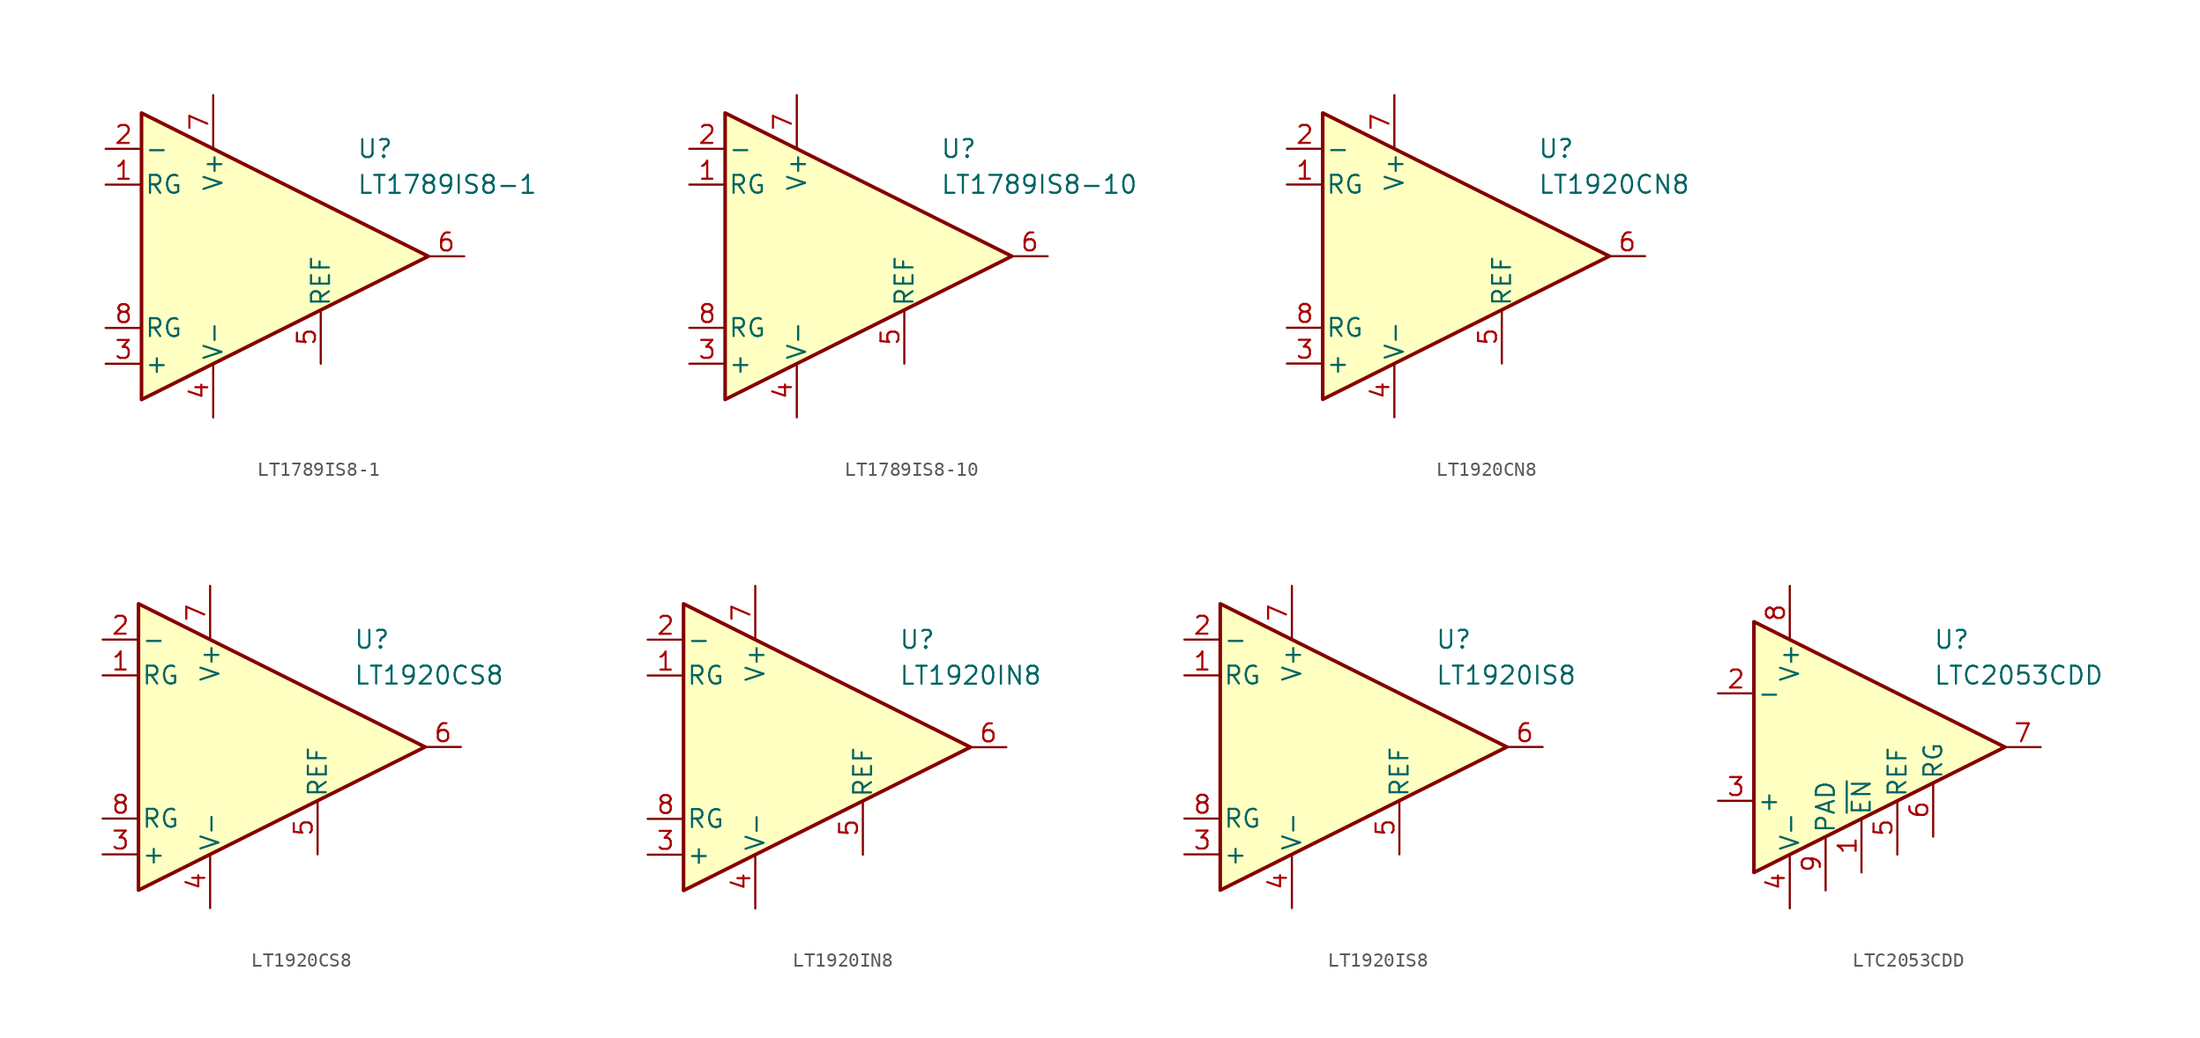
<source format=kicad_sym>
(kicad_symbol_lib
  (version 20231120)
  (generator "kicad_symbol_editor")
  (generator_version "8.0")
  (symbol "LT1789IS8-1"
    (pin_names
      (offset 0.2))
    (property "Reference" "U"
      (at 6.35 7.62 0)
      (effects (font (size 1.27 1.27)) (justify left)))
    (property "Value" "LT1789IS8-1"
      (at 6.35 5.08 0)
      (effects (font (size 1.27 1.27)) (justify left)))
    (symbol "LT1789IS8-1_0_1"
      (polyline (pts (xy -8.89 10.16) (xy -8.89 -10.16) (xy 11.43 0) (xy -8.89 10.16)) (stroke (width 0.254) (type default)) (fill (type background))))
    (symbol "LT1789IS8-1_1_1"
      (pin passive line (at -11.43 5.08 0) (length 2.54) (name "RG" (effects (font (size 1.27 1.27)))) (number "1" (effects (font (size 1.27 1.27)))))
      (pin input line (at -11.43 7.62 0) (length 2.54) (name "-" (effects (font (size 1.27 1.27)))) (number "2" (effects (font (size 1.27 1.27)))))
      (pin input line (at -11.43 -7.62 0) (length 2.54) (name "+" (effects (font (size 1.27 1.27)))) (number "3" (effects (font (size 1.27 1.27)))))
      (pin power_in line (at -3.81 -11.43 90) (length 3.81) (name "V-" (effects (font (size 1.27 1.27)))) (number "4" (effects (font (size 1.27 1.27)))))
      (pin input line (at 3.81 -7.62 90) (length 3.81) (name "REF" (effects (font (size 1.27 1.27)))) (number "5" (effects (font (size 1.27 1.27)))))
      (pin output line (at 13.97 0 180) (length 2.54) (name "~" (effects (font (size 1.27 1.27)))) (number "6" (effects (font (size 1.27 1.27)))))
      (pin power_in line (at -3.81 11.43 270) (length 3.81) (name "V+" (effects (font (size 1.27 1.27)))) (number "7" (effects (font (size 1.27 1.27)))))
      (pin passive line (at -11.43 -5.08 0) (length 2.54) (name "RG" (effects (font (size 1.27 1.27)))) (number "8" (effects (font (size 1.27 1.27)))))))
  (symbol "LT1789IS8-10"
    (pin_names
      (offset 0.2))
    (property "Reference" "U"
      (at 6.35 7.62 0)
      (effects (font (size 1.27 1.27)) (justify left)))
    (property "Value" "LT1789IS8-10"
      (at 6.35 5.08 0)
      (effects (font (size 1.27 1.27)) (justify left)))
    (symbol "LT1789IS8-10_0_1"
      (polyline (pts (xy -8.89 10.16) (xy -8.89 -10.16) (xy 11.43 0) (xy -8.89 10.16)) (stroke (width 0.254) (type default)) (fill (type background))))
    (symbol "LT1789IS8-10_1_1"
      (pin passive line (at -11.43 5.08 0) (length 2.54) (name "RG" (effects (font (size 1.27 1.27)))) (number "1" (effects (font (size 1.27 1.27)))))
      (pin input line (at -11.43 7.62 0) (length 2.54) (name "-" (effects (font (size 1.27 1.27)))) (number "2" (effects (font (size 1.27 1.27)))))
      (pin input line (at -11.43 -7.62 0) (length 2.54) (name "+" (effects (font (size 1.27 1.27)))) (number "3" (effects (font (size 1.27 1.27)))))
      (pin power_in line (at -3.81 -11.43 90) (length 3.81) (name "V-" (effects (font (size 1.27 1.27)))) (number "4" (effects (font (size 1.27 1.27)))))
      (pin input line (at 3.81 -7.62 90) (length 3.81) (name "REF" (effects (font (size 1.27 1.27)))) (number "5" (effects (font (size 1.27 1.27)))))
      (pin output line (at 13.97 0 180) (length 2.54) (name "~" (effects (font (size 1.27 1.27)))) (number "6" (effects (font (size 1.27 1.27)))))
      (pin power_in line (at -3.81 11.43 270) (length 3.81) (name "V+" (effects (font (size 1.27 1.27)))) (number "7" (effects (font (size 1.27 1.27)))))
      (pin passive line (at -11.43 -5.08 0) (length 2.54) (name "RG" (effects (font (size 1.27 1.27)))) (number "8" (effects (font (size 1.27 1.27)))))))
  (symbol "LT1920CN8"
    (pin_names
      (offset 0.2))
    (property "Reference" "U"
      (at 6.35 7.62 0)
      (effects (font (size 1.27 1.27)) (justify left)))
    (property "Value" "LT1920CN8"
      (at 6.35 5.08 0)
      (effects (font (size 1.27 1.27)) (justify left)))
    (symbol "LT1920CN8_0_1"
      (polyline (pts (xy -8.89 10.16) (xy -8.89 -10.16) (xy 11.43 0) (xy -8.89 10.16)) (stroke (width 0.254) (type default)) (fill (type background))))
    (symbol "LT1920CN8_1_1"
      (pin passive line (at -11.43 5.08 0) (length 2.54) (name "RG" (effects (font (size 1.27 1.27)))) (number "1" (effects (font (size 1.27 1.27)))))
      (pin input line (at -11.43 7.62 0) (length 2.54) (name "-" (effects (font (size 1.27 1.27)))) (number "2" (effects (font (size 1.27 1.27)))))
      (pin input line (at -11.43 -7.62 0) (length 2.54) (name "+" (effects (font (size 1.27 1.27)))) (number "3" (effects (font (size 1.27 1.27)))))
      (pin power_in line (at -3.81 -11.43 90) (length 3.81) (name "V-" (effects (font (size 1.27 1.27)))) (number "4" (effects (font (size 1.27 1.27)))))
      (pin input line (at 3.81 -7.62 90) (length 3.81) (name "REF" (effects (font (size 1.27 1.27)))) (number "5" (effects (font (size 1.27 1.27)))))
      (pin output line (at 13.97 0 180) (length 2.54) (name "~" (effects (font (size 1.27 1.27)))) (number "6" (effects (font (size 1.27 1.27)))))
      (pin power_in line (at -3.81 11.43 270) (length 3.81) (name "V+" (effects (font (size 1.27 1.27)))) (number "7" (effects (font (size 1.27 1.27)))))
      (pin passive line (at -11.43 -5.08 0) (length 2.54) (name "RG" (effects (font (size 1.27 1.27)))) (number "8" (effects (font (size 1.27 1.27)))))))
  (symbol "LT1920CS8"
    (pin_names
      (offset 0.2))
    (property "Reference" "U"
      (at 6.35 7.62 0)
      (effects (font (size 1.27 1.27)) (justify left)))
    (property "Value" "LT1920CS8"
      (at 6.35 5.08 0)
      (effects (font (size 1.27 1.27)) (justify left)))
    (symbol "LT1920CS8_0_1"
      (polyline (pts (xy -8.89 10.16) (xy -8.89 -10.16) (xy 11.43 0) (xy -8.89 10.16)) (stroke (width 0.254) (type default)) (fill (type background))))
    (symbol "LT1920CS8_1_1"
      (pin passive line (at -11.43 5.08 0) (length 2.54) (name "RG" (effects (font (size 1.27 1.27)))) (number "1" (effects (font (size 1.27 1.27)))))
      (pin input line (at -11.43 7.62 0) (length 2.54) (name "-" (effects (font (size 1.27 1.27)))) (number "2" (effects (font (size 1.27 1.27)))))
      (pin input line (at -11.43 -7.62 0) (length 2.54) (name "+" (effects (font (size 1.27 1.27)))) (number "3" (effects (font (size 1.27 1.27)))))
      (pin power_in line (at -3.81 -11.43 90) (length 3.81) (name "V-" (effects (font (size 1.27 1.27)))) (number "4" (effects (font (size 1.27 1.27)))))
      (pin input line (at 3.81 -7.62 90) (length 3.81) (name "REF" (effects (font (size 1.27 1.27)))) (number "5" (effects (font (size 1.27 1.27)))))
      (pin output line (at 13.97 0 180) (length 2.54) (name "~" (effects (font (size 1.27 1.27)))) (number "6" (effects (font (size 1.27 1.27)))))
      (pin power_in line (at -3.81 11.43 270) (length 3.81) (name "V+" (effects (font (size 1.27 1.27)))) (number "7" (effects (font (size 1.27 1.27)))))
      (pin passive line (at -11.43 -5.08 0) (length 2.54) (name "RG" (effects (font (size 1.27 1.27)))) (number "8" (effects (font (size 1.27 1.27)))))))
  (symbol "LT1920IN8"
    (pin_names
      (offset 0.2))
    (property "Reference" "U"
      (at 6.35 7.62 0)
      (effects (font (size 1.27 1.27)) (justify left)))
    (property "Value" "LT1920IN8"
      (at 6.35 5.08 0)
      (effects (font (size 1.27 1.27)) (justify left)))
    (symbol "LT1920IN8_0_1"
      (polyline (pts (xy -8.89 10.16) (xy -8.89 -10.16) (xy 11.43 0) (xy -8.89 10.16)) (stroke (width 0.254) (type default)) (fill (type background))))
    (symbol "LT1920IN8_1_1"
      (pin passive line (at -11.43 5.08 0) (length 2.54) (name "RG" (effects (font (size 1.27 1.27)))) (number "1" (effects (font (size 1.27 1.27)))))
      (pin input line (at -11.43 7.62 0) (length 2.54) (name "-" (effects (font (size 1.27 1.27)))) (number "2" (effects (font (size 1.27 1.27)))))
      (pin input line (at -11.43 -7.62 0) (length 2.54) (name "+" (effects (font (size 1.27 1.27)))) (number "3" (effects (font (size 1.27 1.27)))))
      (pin power_in line (at -3.81 -11.43 90) (length 3.81) (name "V-" (effects (font (size 1.27 1.27)))) (number "4" (effects (font (size 1.27 1.27)))))
      (pin input line (at 3.81 -7.62 90) (length 3.81) (name "REF" (effects (font (size 1.27 1.27)))) (number "5" (effects (font (size 1.27 1.27)))))
      (pin output line (at 13.97 0 180) (length 2.54) (name "~" (effects (font (size 1.27 1.27)))) (number "6" (effects (font (size 1.27 1.27)))))
      (pin power_in line (at -3.81 11.43 270) (length 3.81) (name "V+" (effects (font (size 1.27 1.27)))) (number "7" (effects (font (size 1.27 1.27)))))
      (pin passive line (at -11.43 -5.08 0) (length 2.54) (name "RG" (effects (font (size 1.27 1.27)))) (number "8" (effects (font (size 1.27 1.27)))))))
  (symbol "LT1920IS8"
    (pin_names
      (offset 0.2))
    (property "Reference" "U"
      (at 6.35 7.62 0)
      (effects (font (size 1.27 1.27)) (justify left)))
    (property "Value" "LT1920IS8"
      (at 6.35 5.08 0)
      (effects (font (size 1.27 1.27)) (justify left)))
    (symbol "LT1920IS8_0_1"
      (polyline (pts (xy -8.89 10.16) (xy -8.89 -10.16) (xy 11.43 0) (xy -8.89 10.16)) (stroke (width 0.254) (type default)) (fill (type background))))
    (symbol "LT1920IS8_1_1"
      (pin passive line (at -11.43 5.08 0) (length 2.54) (name "RG" (effects (font (size 1.27 1.27)))) (number "1" (effects (font (size 1.27 1.27)))))
      (pin input line (at -11.43 7.62 0) (length 2.54) (name "-" (effects (font (size 1.27 1.27)))) (number "2" (effects (font (size 1.27 1.27)))))
      (pin input line (at -11.43 -7.62 0) (length 2.54) (name "+" (effects (font (size 1.27 1.27)))) (number "3" (effects (font (size 1.27 1.27)))))
      (pin power_in line (at -3.81 -11.43 90) (length 3.81) (name "V-" (effects (font (size 1.27 1.27)))) (number "4" (effects (font (size 1.27 1.27)))))
      (pin input line (at 3.81 -7.62 90) (length 3.81) (name "REF" (effects (font (size 1.27 1.27)))) (number "5" (effects (font (size 1.27 1.27)))))
      (pin output line (at 13.97 0 180) (length 2.54) (name "~" (effects (font (size 1.27 1.27)))) (number "6" (effects (font (size 1.27 1.27)))))
      (pin power_in line (at -3.81 11.43 270) (length 3.81) (name "V+" (effects (font (size 1.27 1.27)))) (number "7" (effects (font (size 1.27 1.27)))))
      (pin passive line (at -11.43 -5.08 0) (length 2.54) (name "RG" (effects (font (size 1.27 1.27)))) (number "8" (effects (font (size 1.27 1.27)))))))
  (symbol "LTC2053CDD"
    (pin_names
      (offset 0.2))
    (property "Reference" "U"
      (at 6.35 7.62 0)
      (effects (font (size 1.27 1.27)) (justify left)))
    (property "Value" "LTC2053CDD"
      (at 6.35 5.08 0)
      (effects (font (size 1.27 1.27)) (justify left)))
    (symbol "LTC2053CDD_0_1"
      (polyline (pts (xy -6.35 8.89) (xy -6.35 -8.89) (xy 11.43 0) (xy -6.35 8.89)) (stroke (width 0.254) (type default)) (fill (type background))))
    (symbol "LTC2053CDD_1_1"
      (pin input line (at 1.27 -8.89 90) (length 3.81) (name "~{EN}" (effects (font (size 1.27 1.27)))) (number "1" (effects (font (size 1.27 1.27)))))
      (pin input line (at -8.89 3.81 0) (length 2.54) (name "-" (effects (font (size 1.27 1.27)))) (number "2" (effects (font (size 1.27 1.27)))))
      (pin input line (at -8.89 -3.81 0) (length 2.54) (name "+" (effects (font (size 1.27 1.27)))) (number "3" (effects (font (size 1.27 1.27)))))
      (pin power_in line (at -3.81 -11.43 90) (length 3.81) (name "V-" (effects (font (size 1.27 1.27)))) (number "4" (effects (font (size 1.27 1.27)))))
      (pin input line (at 3.81 -7.62 90) (length 3.81) (name "REF" (effects (font (size 1.27 1.27)))) (number "5" (effects (font (size 1.27 1.27)))))
      (pin passive line (at 6.35 -6.35 90) (length 3.81) (name "RG" (effects (font (size 1.27 1.27)))) (number "6" (effects (font (size 1.27 1.27)))))
      (pin output line (at 13.97 0 180) (length 2.54) (name "~" (effects (font (size 1.27 1.27)))) (number "7" (effects (font (size 1.27 1.27)))))
      (pin power_in line (at -3.81 11.43 270) (length 3.81) (name "V+" (effects (font (size 1.27 1.27)))) (number "8" (effects (font (size 1.27 1.27)))))
      (pin power_in line (at -1.27 -10.16 90) (length 3.81) (name "PAD" (effects (font (size 1.27 1.27)))) (number "9" (effects (font (size 1.27 1.27))))))))
</source>
